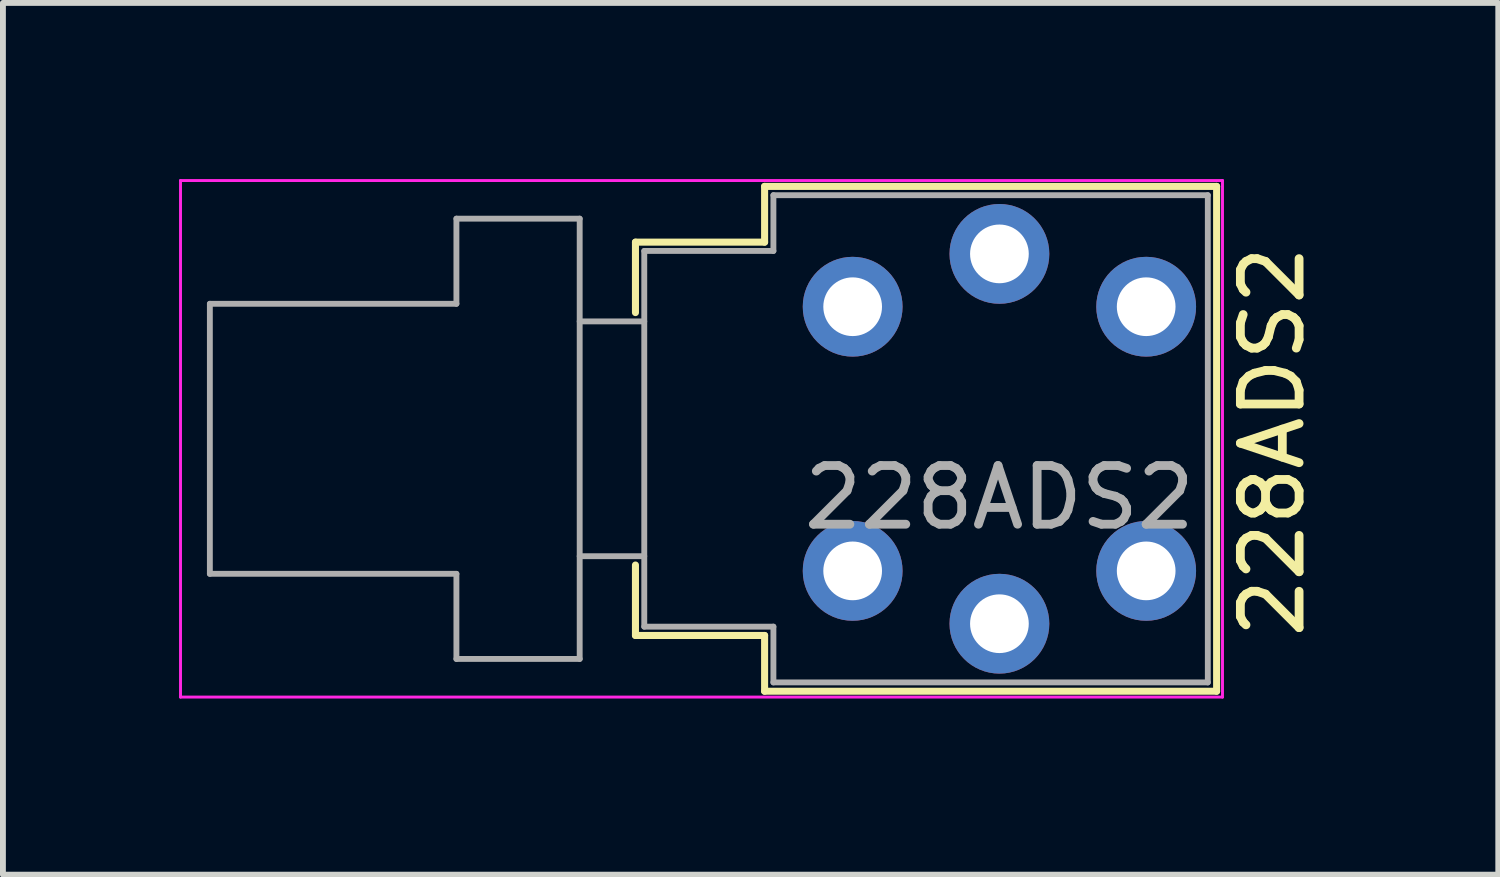
<source format=kicad_pcb>
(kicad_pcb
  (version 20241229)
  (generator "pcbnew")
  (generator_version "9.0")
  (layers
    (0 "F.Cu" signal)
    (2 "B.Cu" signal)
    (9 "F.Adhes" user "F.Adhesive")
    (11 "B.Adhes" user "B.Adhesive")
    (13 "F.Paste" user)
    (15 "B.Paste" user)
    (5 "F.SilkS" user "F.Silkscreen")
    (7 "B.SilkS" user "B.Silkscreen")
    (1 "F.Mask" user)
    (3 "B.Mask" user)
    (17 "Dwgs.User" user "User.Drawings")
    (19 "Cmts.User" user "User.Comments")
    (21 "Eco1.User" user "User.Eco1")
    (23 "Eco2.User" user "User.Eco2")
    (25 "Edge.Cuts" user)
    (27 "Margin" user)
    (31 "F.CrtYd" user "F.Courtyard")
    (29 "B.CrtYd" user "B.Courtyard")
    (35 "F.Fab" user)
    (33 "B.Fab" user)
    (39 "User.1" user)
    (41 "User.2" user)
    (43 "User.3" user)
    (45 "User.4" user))
  (footprint "228ADS2"
    (layer "F.Cu")
    (at 11.475 2.175)
    (property "Reference" "228ADS2" (at 7.15 2.3 90) (layer "F.SilkS") (effects (font (size 1 1) (thickness 0.15))))
    (attr through_hole)
    (fp_line (start -3.7 -1.1) (end -3.7 0.1) (stroke (width 0.12) (type solid)) (layer "F.SilkS"))
    (fp_line (start -3.7 5.6) (end -3.7 4.4) (stroke (width 0.12) (type solid)) (layer "F.SilkS"))
    (fp_line (start -1.5 -2.05) (end 6.2 -2.05) (stroke (width 0.12) (type solid)) (layer "F.SilkS"))
    (fp_line (start -1.5 -1.1) (end -3.7 -1.1) (stroke (width 0.12) (type solid)) (layer "F.SilkS"))
    (fp_line (start -1.5 -1.1) (end -1.5 -2.05) (stroke (width 0.12) (type solid)) (layer "F.SilkS"))
    (fp_line (start -1.5 5.6) (end -3.7 5.6) (stroke (width 0.12) (type solid)) (layer "F.SilkS"))
    (fp_line (start -1.5 6.55) (end -1.5 5.6) (stroke (width 0.12) (type solid)) (layer "F.SilkS"))
    (fp_line (start 6.2 -2.05) (end 6.2 6.55) (stroke (width 0.12) (type solid)) (layer "F.SilkS"))
    (fp_line (start 6.2 6.55) (end -1.5 6.55) (stroke (width 0.12) (type solid)) (layer "F.SilkS"))
    (fp_line (start -11.45 6.65) (end -11.45 -2.15) (stroke (width 0.05) (type solid)) (layer "F.CrtYd"))
    (fp_line (start 6.3 -2.15) (end -11.45 -2.15) (stroke (width 0.05) (type solid)) (layer "F.CrtYd"))
    (fp_line (start 6.3 -2.15) (end 6.3 6.65) (stroke (width 0.05) (type solid)) (layer "F.CrtYd"))
    (fp_line (start 6.3 6.65) (end -11.45 6.65) (stroke (width 0.05) (type solid)) (layer "F.CrtYd"))
    (fp_line (start -10.95 -0.05) (end -10.95 4.55) (stroke (width 0.1) (type solid)) (layer "F.Fab"))
    (fp_line (start -10.95 4.55) (end -6.75 4.55) (stroke (width 0.1) (type solid)) (layer "F.Fab"))
    (fp_line (start -6.75 -1.5) (end -6.75 -0.05) (stroke (width 0.1) (type solid)) (layer "F.Fab"))
    (fp_line (start -6.75 -0.05) (end -10.95 -0.05) (stroke (width 0.1) (type solid)) (layer "F.Fab"))
    (fp_line (start -6.75 4.55) (end -6.75 6) (stroke (width 0.1) (type solid)) (layer "F.Fab"))
    (fp_line (start -6.75 6) (end -4.65 6) (stroke (width 0.1) (type solid)) (layer "F.Fab"))
    (fp_line (start -4.65 -1.5) (end -6.75 -1.5) (stroke (width 0.1) (type solid)) (layer "F.Fab"))
    (fp_line (start -4.65 0.25) (end -3.55 0.25) (stroke (width 0.1) (type solid)) (layer "F.Fab"))
    (fp_line (start -4.65 4.25) (end -3.55 4.25) (stroke (width 0.1) (type solid)) (layer "F.Fab"))
    (fp_line (start -4.65 6) (end -4.65 -1.5) (stroke (width 0.1) (type solid)) (layer "F.Fab"))
    (fp_line (start -3.55 -0.95) (end -3.55 5.45) (stroke (width 0.1) (type solid)) (layer "F.Fab"))
    (fp_line (start -3.55 5.45) (end -1.35 5.45) (stroke (width 0.1) (type solid)) (layer "F.Fab"))
    (fp_line (start -1.35 -1.9) (end -1.35 -0.95) (stroke (width 0.1) (type solid)) (layer "F.Fab"))
    (fp_line (start -1.35 -0.95) (end -3.55 -0.95) (stroke (width 0.1) (type solid)) (layer "F.Fab"))
    (fp_line (start -1.35 5.45) (end -1.35 6.4) (stroke (width 0.1) (type solid)) (layer "F.Fab"))
    (fp_line (start -1.35 6.4) (end 6.05 6.4) (stroke (width 0.1) (type solid)) (layer "F.Fab"))
    (fp_line (start 6.05 -1.9) (end -1.35 -1.9) (stroke (width 0.1) (type solid)) (layer "F.Fab"))
    (fp_line (start 6.05 6.4) (end 6.05 -1.9) (stroke (width 0.1) (type solid)) (layer "F.Fab"))
    (fp_text user "${REFERENCE}" (at 2.5 3.25 0) (layer "F.Fab") (effects (font (size 1 1) (thickness 0.15))))
    (pad "1" thru_hole circle (at 5 4.5) (size 1.7 1.7) (drill 1) (layers "*.Cu" "*.Mask"))
    (pad "2" thru_hole circle (at 0 4.5) (size 1.7 1.7) (drill 1) (layers "*.Cu" "*.Mask"))
    (pad "3" thru_hole circle (at 5 0) (size 1.7 1.7) (drill 1) (layers "*.Cu" "*.Mask"))
    (pad "4" thru_hole circle (at 0 0) (size 1.7 1.7) (drill 1) (layers "*.Cu" "*.Mask"))
    (pad "L1" thru_hole circle (at 2.5 -0.9) (size 1.7 1.7) (drill 1) (layers "*.Cu" "*.Mask"))
    (pad "L2" thru_hole circle (at 2.5 5.4) (size 1.7 1.7) (drill 1) (layers "*.Cu" "*.Mask")))
  (gr_rect
    (start -3 -3)
    (end 22.473 11.85)
    (stroke (width 0.1) (type default))
    (fill no)
    (layer "Edge.Cuts")))
</source>
